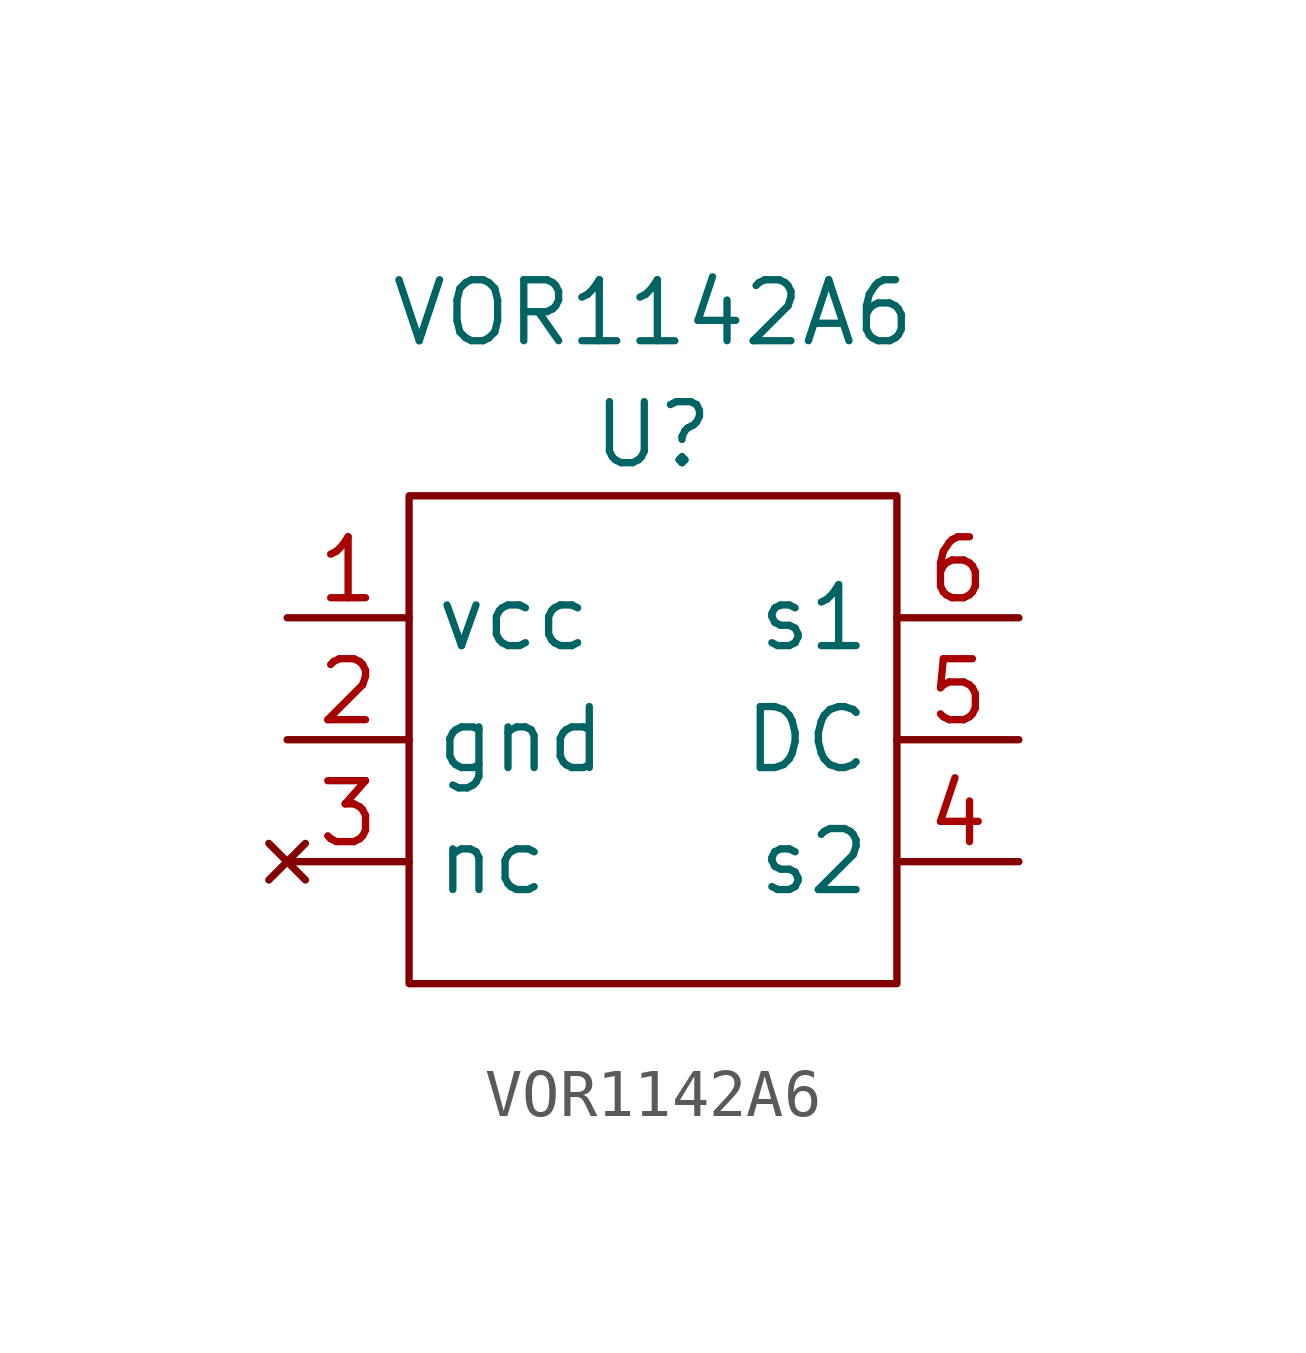
<source format=kicad_sym>
(kicad_symbol_lib
  (version 20211014)
  (generator kicad_symbol_editor)
  (symbol "VOR1142A6"
    (property "Reference" "U"
      (at 0 0 0)
      (effects (font (size 1.27 1.27))))
    (property "Value" "VOR1142A6"
      (at 0 2.54 0)
      (effects (font (size 1.27 1.27))))
    (symbol "VOR1142A6_0_1"
      (rectangle (start -5.08 -1.27) (end 5.08 -11.43) (stroke (width 0) (type default) (color 0 0 0 0)) (fill (type none))))
    (symbol "VOR1142A6_1_1"
      (pin input line (at -7.62 -3.81 0) (length 2.54) (name "vcc" (effects (font (size 1.27 1.27)))) (number "1" (effects (font (size 1.27 1.27)))))
      (pin passive line (at -7.62 -6.35 0) (length 2.54) (name "gnd" (effects (font (size 1.27 1.27)))) (number "2" (effects (font (size 1.27 1.27)))))
      (pin no_connect line (at -7.62 -8.89 0) (length 2.54) (name "nc" (effects (font (size 1.27 1.27)))) (number "3" (effects (font (size 1.27 1.27)))))
      (pin bidirectional line (at 7.62 -8.89 180) (length 2.54) (name "s2" (effects (font (size 1.27 1.27)))) (number "4" (effects (font (size 1.27 1.27)))))
      (pin passive line (at 7.62 -6.35 180) (length 2.54) (name "DC" (effects (font (size 1.27 1.27)))) (number "5" (effects (font (size 1.27 1.27)))))
      (pin bidirectional line (at 7.62 -3.81 180) (length 2.54) (name "s1" (effects (font (size 1.27 1.27)))) (number "6" (effects (font (size 1.27 1.27))))))))
</source>
